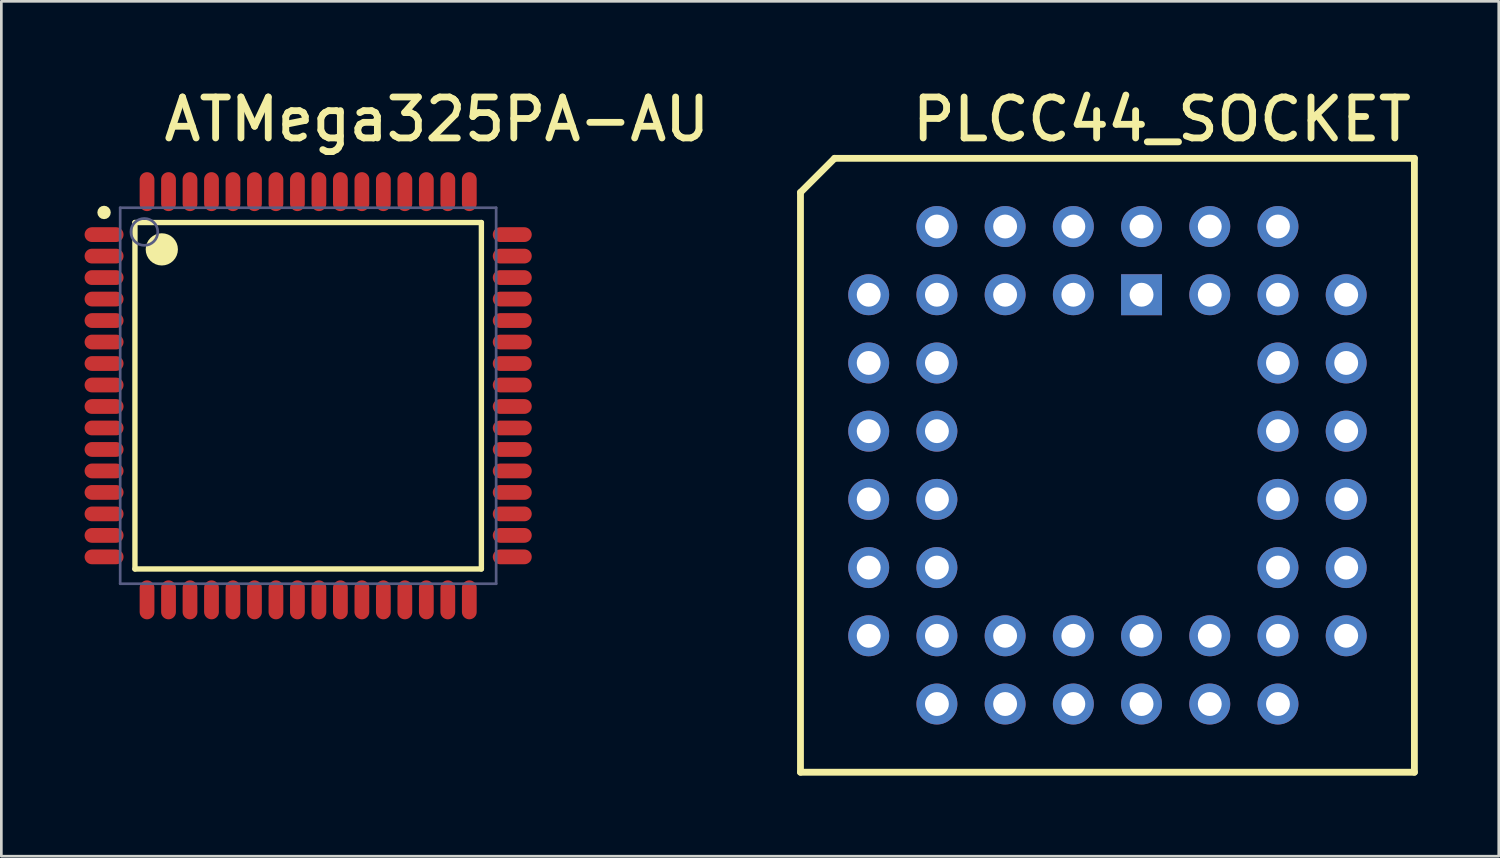
<source format=kicad_pcb>
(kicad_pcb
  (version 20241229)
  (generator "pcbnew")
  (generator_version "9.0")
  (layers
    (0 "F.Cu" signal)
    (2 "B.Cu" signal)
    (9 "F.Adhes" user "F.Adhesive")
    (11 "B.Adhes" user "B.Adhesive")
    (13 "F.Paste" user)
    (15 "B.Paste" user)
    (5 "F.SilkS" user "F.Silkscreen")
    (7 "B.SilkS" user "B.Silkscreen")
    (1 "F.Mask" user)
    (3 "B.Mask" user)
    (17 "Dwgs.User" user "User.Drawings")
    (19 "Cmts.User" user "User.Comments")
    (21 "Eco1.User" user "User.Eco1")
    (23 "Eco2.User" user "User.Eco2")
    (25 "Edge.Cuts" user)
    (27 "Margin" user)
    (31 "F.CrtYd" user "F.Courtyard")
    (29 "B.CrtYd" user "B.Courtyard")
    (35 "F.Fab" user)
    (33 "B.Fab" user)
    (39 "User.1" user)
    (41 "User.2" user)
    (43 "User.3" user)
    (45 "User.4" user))
  (footprint "PLCC44_SOCKET"
    (layer "F.Cu")
    (at 29.297 5.385)
    (property "Reference" "PLCC44_SOCKET" (at 1.499 -3.099 0) (unlocked yes) (layer "F.SilkS") (effects (font (size 1.524 1.524) (thickness 0.254)) (justify left bottom)))
    (fp_line (start -2.54 -1.27) (end -1.27 -2.54) (stroke (width 0.254) (type solid)) (layer "F.SilkS"))
    (fp_line (start -2.54 20.32) (end -2.54 -1.27) (stroke (width 0.254) (type solid)) (layer "F.SilkS"))
    (fp_line (start -2.54 20.32) (end 20.32 20.32) (stroke (width 0.254) (type solid)) (layer "F.SilkS"))
    (fp_line (start -1.27 -2.54) (end 20.32 -2.54) (stroke (width 0.254) (type solid)) (layer "F.SilkS"))
    (fp_line (start 20.32 20.32) (end 20.32 -2.54) (stroke (width 0.254) (type solid)) (layer "F.SilkS"))
    (pad "1" thru_hole rect (at 10.16 2.54) (size 1.524 1.524) (drill 0.889) (layers "*.Cu" "*.Mask"))
    (pad "2" thru_hole circle (at 7.62 0) (size 1.524 1.524) (drill 0.889) (layers "*.Cu" "*.Mask"))
    (pad "3" thru_hole circle (at 7.62 2.54) (size 1.524 1.524) (drill 0.889) (layers "*.Cu" "*.Mask"))
    (pad "4" thru_hole circle (at 5.08 0) (size 1.524 1.524) (drill 0.889) (layers "*.Cu" "*.Mask"))
    (pad "5" thru_hole circle (at 5.08 2.54) (size 1.524 1.524) (drill 0.889) (layers "*.Cu" "*.Mask"))
    (pad "6" thru_hole circle (at 2.54 0) (size 1.524 1.524) (drill 0.889) (layers "*.Cu" "*.Mask"))
    (pad "7" thru_hole circle (at 0 2.54) (size 1.524 1.524) (drill 0.889) (layers "*.Cu" "*.Mask"))
    (pad "8" thru_hole circle (at 2.54 2.54) (size 1.524 1.524) (drill 0.889) (layers "*.Cu" "*.Mask"))
    (pad "9" thru_hole circle (at 0 5.08) (size 1.524 1.524) (drill 0.889) (layers "*.Cu" "*.Mask"))
    (pad "10" thru_hole circle (at 2.54 5.08) (size 1.524 1.524) (drill 0.889) (layers "*.Cu" "*.Mask"))
    (pad "11" thru_hole circle (at 0 7.62) (size 1.524 1.524) (drill 0.889) (layers "*.Cu" "*.Mask"))
    (pad "12" thru_hole circle (at 2.54 7.62) (size 1.524 1.524) (drill 0.889) (layers "*.Cu" "*.Mask"))
    (pad "13" thru_hole circle (at 0 10.16) (size 1.524 1.524) (drill 0.889) (layers "*.Cu" "*.Mask"))
    (pad "14" thru_hole circle (at 2.54 10.16) (size 1.524 1.524) (drill 0.889) (layers "*.Cu" "*.Mask"))
    (pad "15" thru_hole circle (at 0 12.7) (size 1.524 1.524) (drill 0.889) (layers "*.Cu" "*.Mask"))
    (pad "16" thru_hole circle (at 2.54 12.7) (size 1.524 1.524) (drill 0.889) (layers "*.Cu" "*.Mask"))
    (pad "17" thru_hole circle (at 0 15.24) (size 1.524 1.524) (drill 0.889) (layers "*.Cu" "*.Mask"))
    (pad "18" thru_hole circle (at 2.54 17.78) (size 1.524 1.524) (drill 0.889) (layers "*.Cu" "*.Mask"))
    (pad "19" thru_hole circle (at 2.54 15.24) (size 1.524 1.524) (drill 0.889) (layers "*.Cu" "*.Mask"))
    (pad "20" thru_hole circle (at 5.08 17.78) (size 1.524 1.524) (drill 0.889) (layers "*.Cu" "*.Mask"))
    (pad "21" thru_hole circle (at 5.08 15.24) (size 1.524 1.524) (drill 0.889) (layers "*.Cu" "*.Mask"))
    (pad "22" thru_hole circle (at 7.62 17.78) (size 1.524 1.524) (drill 0.889) (layers "*.Cu" "*.Mask"))
    (pad "23" thru_hole circle (at 7.62 15.24) (size 1.524 1.524) (drill 0.889) (layers "*.Cu" "*.Mask"))
    (pad "24" thru_hole circle (at 10.16 17.78) (size 1.524 1.524) (drill 0.889) (layers "*.Cu" "*.Mask"))
    (pad "25" thru_hole circle (at 10.16 15.24) (size 1.524 1.524) (drill 0.889) (layers "*.Cu" "*.Mask"))
    (pad "26" thru_hole circle (at 12.7 17.78) (size 1.524 1.524) (drill 0.889) (layers "*.Cu" "*.Mask"))
    (pad "27" thru_hole circle (at 12.7 15.24) (size 1.524 1.524) (drill 0.889) (layers "*.Cu" "*.Mask"))
    (pad "28" thru_hole circle (at 15.24 17.78) (size 1.524 1.524) (drill 0.889) (layers "*.Cu" "*.Mask"))
    (pad "29" thru_hole circle (at 17.78 15.24) (size 1.524 1.524) (drill 0.889) (layers "*.Cu" "*.Mask"))
    (pad "30" thru_hole circle (at 15.24 15.24) (size 1.524 1.524) (drill 0.889) (layers "*.Cu" "*.Mask"))
    (pad "31" thru_hole circle (at 17.78 12.7) (size 1.524 1.524) (drill 0.889) (layers "*.Cu" "*.Mask"))
    (pad "32" thru_hole circle (at 15.24 12.7) (size 1.524 1.524) (drill 0.889) (layers "*.Cu" "*.Mask"))
    (pad "33" thru_hole circle (at 17.78 10.16) (size 1.524 1.524) (drill 0.889) (layers "*.Cu" "*.Mask"))
    (pad "34" thru_hole circle (at 15.24 10.16) (size 1.524 1.524) (drill 0.889) (layers "*.Cu" "*.Mask"))
    (pad "35" thru_hole circle (at 17.78 7.62) (size 1.524 1.524) (drill 0.889) (layers "*.Cu" "*.Mask"))
    (pad "36" thru_hole circle (at 15.24 7.62) (size 1.524 1.524) (drill 0.889) (layers "*.Cu" "*.Mask"))
    (pad "37" thru_hole circle (at 17.78 5.08) (size 1.524 1.524) (drill 0.889) (layers "*.Cu" "*.Mask"))
    (pad "38" thru_hole circle (at 15.24 5.08) (size 1.524 1.524) (drill 0.889) (layers "*.Cu" "*.Mask"))
    (pad "39" thru_hole circle (at 17.78 2.54) (size 1.524 1.524) (drill 0.889) (layers "*.Cu" "*.Mask"))
    (pad "40" thru_hole circle (at 15.24 0) (size 1.524 1.524) (drill 0.889) (layers "*.Cu" "*.Mask"))
    (pad "41" thru_hole circle (at 15.24 2.54) (size 1.524 1.524) (drill 0.889) (layers "*.Cu" "*.Mask"))
    (pad "42" thru_hole circle (at 12.7 0) (size 1.524 1.524) (drill 0.889) (layers "*.Cu" "*.Mask"))
    (pad "43" thru_hole circle (at 12.7 2.54) (size 1.524 1.524) (drill 0.889) (layers "*.Cu" "*.Mask"))
    (pad "44" thru_hole circle (at 10.16 0) (size 1.524 1.524) (drill 0.889) (layers "*.Cu" "*.Mask")))
  (footprint "ATMega325PA-AU"
    (layer "F.Cu")
    (at 8.425 11.686)
    (property "Reference" "ATMega325PA-AU" (at -5.5 -9.4 0) (unlocked yes) (layer "F.SilkS") (effects (font (size 1.524 1.524) (thickness 0.254)) (justify left bottom)))
    (fp_line (start -6.45 6.45) (end -6.45 -6.45) (stroke (width 0.2) (type solid)) (layer "F.SilkS"))
    (fp_line (start 6.45 -6.45) (end -6.45 -6.45) (stroke (width 0.2) (type solid)) (layer "F.SilkS"))
    (fp_line (start 6.45 6.45) (end -6.45 6.45) (stroke (width 0.2) (type solid)) (layer "F.SilkS"))
    (fp_line (start 6.45 6.45) (end 6.45 -6.45) (stroke (width 0.2) (type solid)) (layer "F.SilkS"))
    (fp_circle (center -7.6 -6.825) (end -7.725 -6.825) (stroke (width 0.25) (type solid)) (fill no) (layer "F.SilkS"))
    (fp_circle (center -5.45 -5.45) (end -5.75 -5.45) (stroke (width 0.6) (type solid)) (fill no) (layer "F.SilkS"))
    (fp_line (start -8.4 8.4) (end -8.4 -8.4) (stroke (width 0.05) (type solid)) (layer "Eco1.User"))
    (fp_line (start 0.00001 0.5) (end 0.00001 -0.5) (stroke (width 0.1) (type solid)) (layer "Eco1.User"))
    (fp_line (start 0.5 0.00002) (end -0.5 0.00002) (stroke (width 0.1) (type solid)) (layer "Eco1.User"))
    (fp_line (start 8.4 -8.4) (end -8.4 -8.4) (stroke (width 0.05) (type solid)) (layer "Eco1.User"))
    (fp_line (start 8.4 8.4) (end -8.4 8.4) (stroke (width 0.05) (type solid)) (layer "Eco1.User"))
    (fp_line (start 8.4 8.4) (end 8.4 -8.4) (stroke (width 0.05) (type solid)) (layer "Eco1.User"))
    (fp_line (start -7 7) (end -7 -7) (stroke (width 0.1) (type solid)) (layer "B.Fab"))
    (fp_line (start 7 -7) (end -7 -7) (stroke (width 0.1) (type solid)) (layer "B.Fab"))
    (fp_line (start 7 7) (end -7 7) (stroke (width 0.1) (type solid)) (layer "B.Fab"))
    (fp_line (start 7 7) (end 7 -7) (stroke (width 0.1) (type solid)) (layer "B.Fab"))
    (fp_circle (center -6.1 -6.1) (end -6.6 -6.1) (stroke (width 0.1) (type solid)) (fill no) (layer "B.Fab"))
    (pad "1" smd oval (at -7.6 -6 90) (size 0.55 1.45) (layers "F.Cu" "F.Mask" "F.Paste"))
    (pad "2" smd oval (at -7.6 -5.2 90) (size 0.55 1.45) (layers "F.Cu" "F.Mask" "F.Paste"))
    (pad "3" smd oval (at -7.6 -4.4 90) (size 0.55 1.45) (layers "F.Cu" "F.Mask" "F.Paste"))
    (pad "4" smd oval (at -7.6 -3.6 90) (size 0.55 1.45) (layers "F.Cu" "F.Mask" "F.Paste"))
    (pad "5" smd oval (at -7.6 -2.8 90) (size 0.55 1.45) (layers "F.Cu" "F.Mask" "F.Paste"))
    (pad "6" smd oval (at -7.6 -2 90) (size 0.55 1.45) (layers "F.Cu" "F.Mask" "F.Paste"))
    (pad "7" smd oval (at -7.6 -1.2 90) (size 0.55 1.45) (layers "F.Cu" "F.Mask" "F.Paste"))
    (pad "8" smd oval (at -7.6 -0.4 90) (size 0.55 1.45) (layers "F.Cu" "F.Mask" "F.Paste"))
    (pad "9" smd oval (at -7.6 0.4 90) (size 0.55 1.45) (layers "F.Cu" "F.Mask" "F.Paste"))
    (pad "10" smd oval (at -7.6 1.2 90) (size 0.55 1.45) (layers "F.Cu" "F.Mask" "F.Paste"))
    (pad "11" smd oval (at -7.6 2 90) (size 0.55 1.45) (layers "F.Cu" "F.Mask" "F.Paste"))
    (pad "12" smd oval (at -7.6 2.8 90) (size 0.55 1.45) (layers "F.Cu" "F.Mask" "F.Paste"))
    (pad "13" smd oval (at -7.6 3.6 90) (size 0.55 1.45) (layers "F.Cu" "F.Mask" "F.Paste"))
    (pad "14" smd oval (at -7.6 4.4 90) (size 0.55 1.45) (layers "F.Cu" "F.Mask" "F.Paste"))
    (pad "15" smd oval (at -7.6 5.2 90) (size 0.55 1.45) (layers "F.Cu" "F.Mask" "F.Paste"))
    (pad "16" smd oval (at -7.6 6 90) (size 0.55 1.45) (layers "F.Cu" "F.Mask" "F.Paste"))
    (pad "17" smd oval (at -6 7.6) (size 0.55 1.45) (layers "F.Cu" "F.Mask" "F.Paste"))
    (pad "18" smd oval (at -5.2 7.6) (size 0.55 1.45) (layers "F.Cu" "F.Mask" "F.Paste"))
    (pad "19" smd oval (at -4.4 7.6) (size 0.55 1.45) (layers "F.Cu" "F.Mask" "F.Paste"))
    (pad "20" smd oval (at -3.6 7.6) (size 0.55 1.45) (layers "F.Cu" "F.Mask" "F.Paste"))
    (pad "21" smd oval (at -2.8 7.6) (size 0.55 1.45) (layers "F.Cu" "F.Mask" "F.Paste"))
    (pad "22" smd oval (at -2 7.6) (size 0.55 1.45) (layers "F.Cu" "F.Mask" "F.Paste"))
    (pad "23" smd oval (at -1.2 7.6) (size 0.55 1.45) (layers "F.Cu" "F.Mask" "F.Paste"))
    (pad "24" smd oval (at -0.4 7.6) (size 0.55 1.45) (layers "F.Cu" "F.Mask" "F.Paste"))
    (pad "25" smd oval (at 0.4 7.6) (size 0.55 1.45) (layers "F.Cu" "F.Mask" "F.Paste"))
    (pad "26" smd oval (at 1.2 7.6) (size 0.55 1.45) (layers "F.Cu" "F.Mask" "F.Paste"))
    (pad "27" smd oval (at 2 7.6) (size 0.55 1.45) (layers "F.Cu" "F.Mask" "F.Paste"))
    (pad "28" smd oval (at 2.8 7.6) (size 0.55 1.45) (layers "F.Cu" "F.Mask" "F.Paste"))
    (pad "29" smd oval (at 3.6 7.6) (size 0.55 1.45) (layers "F.Cu" "F.Mask" "F.Paste"))
    (pad "30" smd oval (at 4.4 7.6) (size 0.55 1.45) (layers "F.Cu" "F.Mask" "F.Paste"))
    (pad "31" smd oval (at 5.2 7.6) (size 0.55 1.45) (layers "F.Cu" "F.Mask" "F.Paste"))
    (pad "32" smd oval (at 6 7.6) (size 0.55 1.45) (layers "F.Cu" "F.Mask" "F.Paste"))
    (pad "33" smd oval (at 7.6 6 90) (size 0.55 1.45) (layers "F.Cu" "F.Mask" "F.Paste"))
    (pad "34" smd oval (at 7.6 5.2 90) (size 0.55 1.45) (layers "F.Cu" "F.Mask" "F.Paste"))
    (pad "35" smd oval (at 7.6 4.4 90) (size 0.55 1.45) (layers "F.Cu" "F.Mask" "F.Paste"))
    (pad "36" smd oval (at 7.6 3.6 90) (size 0.55 1.45) (layers "F.Cu" "F.Mask" "F.Paste"))
    (pad "37" smd oval (at 7.6 2.8 90) (size 0.55 1.45) (layers "F.Cu" "F.Mask" "F.Paste"))
    (pad "38" smd oval (at 7.6 2 90) (size 0.55 1.45) (layers "F.Cu" "F.Mask" "F.Paste"))
    (pad "39" smd oval (at 7.6 1.2 90) (size 0.55 1.45) (layers "F.Cu" "F.Mask" "F.Paste"))
    (pad "40" smd oval (at 7.6 0.4 90) (size 0.55 1.45) (layers "F.Cu" "F.Mask" "F.Paste"))
    (pad "41" smd oval (at 7.6 -0.4 90) (size 0.55 1.45) (layers "F.Cu" "F.Mask" "F.Paste"))
    (pad "42" smd oval (at 7.6 -1.2 90) (size 0.55 1.45) (layers "F.Cu" "F.Mask" "F.Paste"))
    (pad "43" smd oval (at 7.6 -2 90) (size 0.55 1.45) (layers "F.Cu" "F.Mask" "F.Paste"))
    (pad "44" smd oval (at 7.6 -2.8 90) (size 0.55 1.45) (layers "F.Cu" "F.Mask" "F.Paste"))
    (pad "45" smd oval (at 7.6 -3.6 90) (size 0.55 1.45) (layers "F.Cu" "F.Mask" "F.Paste"))
    (pad "46" smd oval (at 7.6 -4.4 90) (size 0.55 1.45) (layers "F.Cu" "F.Mask" "F.Paste"))
    (pad "47" smd oval (at 7.6 -5.2 90) (size 0.55 1.45) (layers "F.Cu" "F.Mask" "F.Paste"))
    (pad "48" smd oval (at 7.6 -6 90) (size 0.55 1.45) (layers "F.Cu" "F.Mask" "F.Paste"))
    (pad "49" smd oval (at 6 -7.6) (size 0.55 1.45) (layers "F.Cu" "F.Mask" "F.Paste"))
    (pad "50" smd oval (at 5.2 -7.6) (size 0.55 1.45) (layers "F.Cu" "F.Mask" "F.Paste"))
    (pad "51" smd oval (at 4.4 -7.6) (size 0.55 1.45) (layers "F.Cu" "F.Mask" "F.Paste"))
    (pad "52" smd oval (at 3.6 -7.6) (size 0.55 1.45) (layers "F.Cu" "F.Mask" "F.Paste"))
    (pad "53" smd oval (at 2.8 -7.6) (size 0.55 1.45) (layers "F.Cu" "F.Mask" "F.Paste"))
    (pad "54" smd oval (at 2 -7.6) (size 0.55 1.45) (layers "F.Cu" "F.Mask" "F.Paste"))
    (pad "55" smd oval (at 1.2 -7.6) (size 0.55 1.45) (layers "F.Cu" "F.Mask" "F.Paste"))
    (pad "56" smd oval (at 0.4 -7.6) (size 0.55 1.45) (layers "F.Cu" "F.Mask" "F.Paste"))
    (pad "57" smd oval (at -0.4 -7.6) (size 0.55 1.45) (layers "F.Cu" "F.Mask" "F.Paste"))
    (pad "58" smd oval (at -1.2 -7.6) (size 0.55 1.45) (layers "F.Cu" "F.Mask" "F.Paste"))
    (pad "59" smd oval (at -2 -7.6) (size 0.55 1.45) (layers "F.Cu" "F.Mask" "F.Paste"))
    (pad "60" smd oval (at -2.8 -7.6) (size 0.55 1.45) (layers "F.Cu" "F.Mask" "F.Paste"))
    (pad "61" smd oval (at -3.6 -7.6) (size 0.55 1.45) (layers "F.Cu" "F.Mask" "F.Paste"))
    (pad "62" smd oval (at -4.4 -7.6) (size 0.55 1.45) (layers "F.Cu" "F.Mask" "F.Paste"))
    (pad "63" smd oval (at -5.2 -7.6) (size 0.55 1.45) (layers "F.Cu" "F.Mask" "F.Paste"))
    (pad "64" smd oval (at -6 -7.6) (size 0.55 1.45) (layers "F.Cu" "F.Mask" "F.Paste")))
  (gr_rect
    (start -3 -3)
    (end 52.758 28.832)
    (stroke (width 0.1) (type default))
    (fill no)
    (layer "Edge.Cuts")))
</source>
